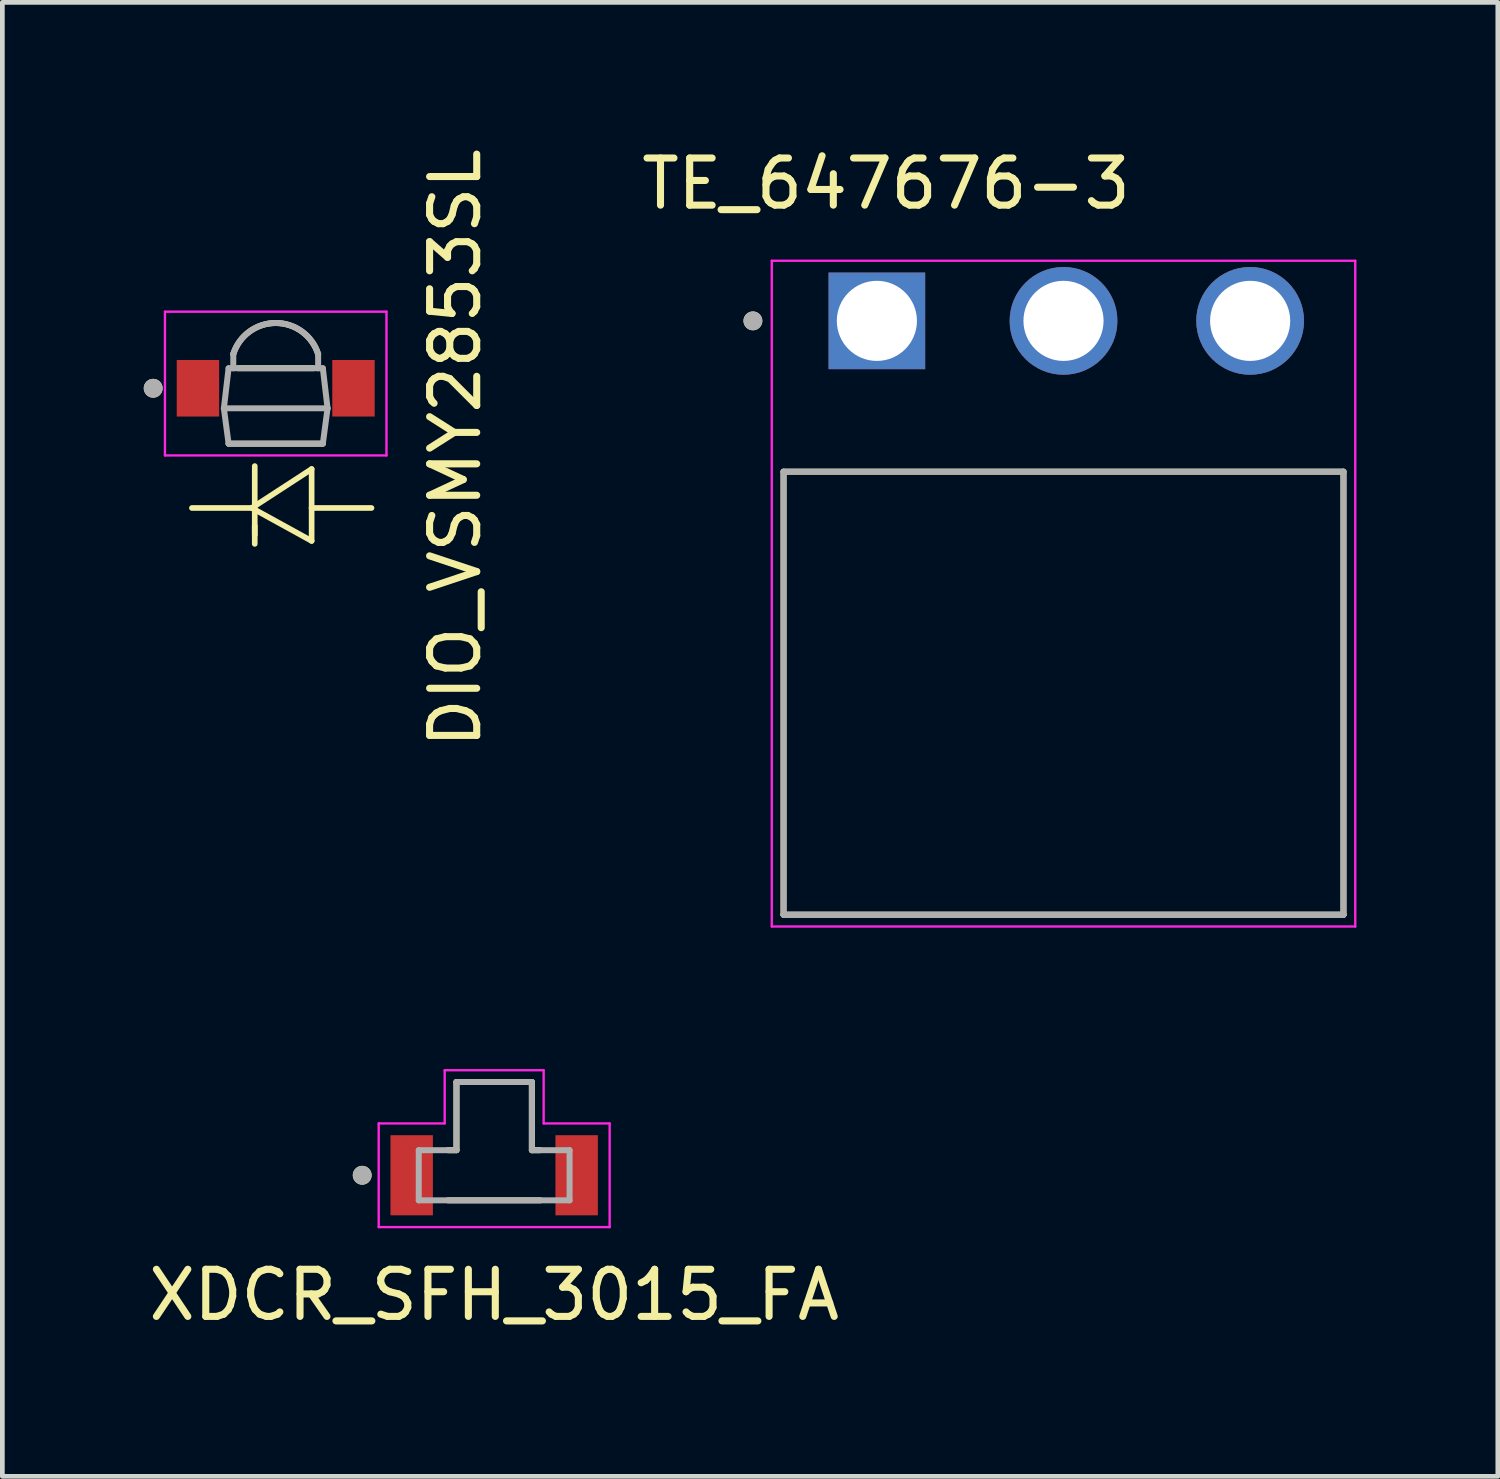
<source format=kicad_pcb>
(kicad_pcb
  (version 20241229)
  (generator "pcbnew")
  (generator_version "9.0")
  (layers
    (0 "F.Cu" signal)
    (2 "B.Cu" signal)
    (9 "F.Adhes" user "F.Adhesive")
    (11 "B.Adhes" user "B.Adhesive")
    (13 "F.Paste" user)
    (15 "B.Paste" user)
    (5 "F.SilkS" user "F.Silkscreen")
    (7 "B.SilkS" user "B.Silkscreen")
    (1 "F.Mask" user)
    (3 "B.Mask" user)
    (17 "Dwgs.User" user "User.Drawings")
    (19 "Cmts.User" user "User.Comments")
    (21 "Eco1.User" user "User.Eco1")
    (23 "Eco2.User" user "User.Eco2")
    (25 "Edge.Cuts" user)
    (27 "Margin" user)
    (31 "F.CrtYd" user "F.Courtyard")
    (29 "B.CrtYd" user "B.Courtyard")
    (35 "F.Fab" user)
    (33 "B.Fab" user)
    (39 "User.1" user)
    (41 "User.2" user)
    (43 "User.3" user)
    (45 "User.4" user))
  (footprint "XDCR_SFH_3015_FA"
    (layer "F.Cu")
    (at 7.435 21.886)
    (property "Reference" "XDCR_SFH_3015_FA" (at 0 2.54 0) (layer "F.SilkS") (effects (font (size 1 1) (thickness 0.15))))
    (attr through_hole)
    (fp_poly (pts (xy -2.1 -0.75) (xy -1.1 -0.75) (xy -1.1 0.75) (xy -2.1 0.75)) (stroke (width 0.01) (type solid)) (fill yes) (layer "F.Mask"))
    (fp_poly (pts (xy 2.1 0.75) (xy 1.1 0.75) (xy 1.1 -0.75) (xy 2.1 -0.75)) (stroke (width 0.01) (type solid)) (fill yes) (layer "F.Mask"))
    (fp_line (start -0.98 0.532) (end 0.98 0.532) (stroke (width 0.127) (type solid)) (layer "F.SilkS"))
    (fp_line (start -0.8 -1.978) (end 0.8 -1.978) (stroke (width 0.127) (type solid)) (layer "F.SilkS"))
    (fp_line (start -0.8 -0.532) (end -0.98 -0.532) (stroke (width 0.127) (type solid)) (layer "F.SilkS"))
    (fp_line (start -0.8 -0.532) (end -0.8 -1.978) (stroke (width 0.127) (type solid)) (layer "F.SilkS"))
    (fp_line (start 0.8 -1.978) (end 0.8 -0.532) (stroke (width 0.127) (type solid)) (layer "F.SilkS"))
    (fp_line (start 0.8 -0.532) (end 0.98 -0.532) (stroke (width 0.127) (type solid)) (layer "F.SilkS"))
    (fp_circle (center -2.8 0) (end -2.7 0) (stroke (width 0.2) (type solid)) (fill no) (layer "F.SilkS"))
    (fp_poly (pts (xy -2.05 -0.7) (xy -1.3 -0.7) (xy -1.3 -0.5) (xy -1.5 -0.5) (xy -1.5 0.5) (xy -1.3 0.5) (xy -1.3 0.7) (xy -2.05 0.7)) (stroke (width 0.01) (type solid)) (fill yes) (layer "F.Paste"))
    (fp_poly (pts (xy 2.05 0.7) (xy 1.3 0.7) (xy 1.3 0.5) (xy 1.5 0.5) (xy 1.5 -0.5) (xy 1.3 -0.5) (xy 1.3 -0.7) (xy 2.05 -0.7)) (stroke (width 0.01) (type solid)) (fill yes) (layer "F.Paste"))
    (fp_line (start -2.45 -1.1) (end -1.05 -1.1) (stroke (width 0.05) (type solid)) (layer "F.CrtYd"))
    (fp_line (start -2.45 1.1) (end -2.45 -1.1) (stroke (width 0.05) (type solid)) (layer "F.CrtYd"))
    (fp_line (start -1.05 -2.228) (end 1.05 -2.228) (stroke (width 0.05) (type solid)) (layer "F.CrtYd"))
    (fp_line (start -1.05 -1.1) (end -1.05 -2.228) (stroke (width 0.05) (type solid)) (layer "F.CrtYd"))
    (fp_line (start 1.05 -2.228) (end 1.05 -1.1) (stroke (width 0.05) (type solid)) (layer "F.CrtYd"))
    (fp_line (start 1.05 -1.1) (end 2.45 -1.1) (stroke (width 0.05) (type solid)) (layer "F.CrtYd"))
    (fp_line (start 2.45 -1.1) (end 2.45 1.1) (stroke (width 0.05) (type solid)) (layer "F.CrtYd"))
    (fp_line (start 2.45 1.1) (end -2.45 1.1) (stroke (width 0.05) (type solid)) (layer "F.CrtYd"))
    (fp_line (start -1.6 -0.532) (end -0.8 -0.532) (stroke (width 0.127) (type solid)) (layer "F.Fab"))
    (fp_line (start -1.6 0.532) (end -1.6 -0.532) (stroke (width 0.127) (type solid)) (layer "F.Fab"))
    (fp_line (start -0.8 -1.978) (end 0.8 -1.978) (stroke (width 0.127) (type solid)) (layer "F.Fab"))
    (fp_line (start -0.8 -0.532) (end -0.8 -1.978) (stroke (width 0.127) (type solid)) (layer "F.Fab"))
    (fp_line (start 0.8 -1.978) (end 0.8 -0.532) (stroke (width 0.127) (type solid)) (layer "F.Fab"))
    (fp_line (start 0.8 -0.532) (end 1.6 -0.532) (stroke (width 0.127) (type solid)) (layer "F.Fab"))
    (fp_line (start 1.6 -0.532) (end 1.6 0.532) (stroke (width 0.127) (type solid)) (layer "F.Fab"))
    (fp_line (start 1.6 0.532) (end -1.6 0.532) (stroke (width 0.127) (type solid)) (layer "F.Fab"))
    (fp_circle (center -2.8 0) (end -2.7 0) (stroke (width 0.2) (type solid)) (fill no) (layer "F.Fab"))
    (pad "1" smd rect (at -1.75 0) (size 0.9 1.7) (layers "F.Cu"))
    (pad "2" smd rect (at 1.75 0) (size 0.9 1.7) (layers "F.Cu")))
  (footprint "TE_647676-3"
    (layer "F.Cu")
    (at 15.555 3.758)
    (property "Reference" "TE_647676-3" (at 0.195 -2.91 0) (layer "F.SilkS") (effects (font (size 1 1) (thickness 0.15))))
    (attr through_hole)
    (fp_line (start -1.98 12.6) (end -1.98 3.2) (stroke (width 0.127) (type solid)) (layer "F.SilkS"))
    (fp_line (start 9.9 3.2) (end -1.98 3.2) (stroke (width 0.127) (type solid)) (layer "F.SilkS"))
    (fp_line (start 9.9 3.2) (end 9.9 12.6) (stroke (width 0.127) (type solid)) (layer "F.SilkS"))
    (fp_line (start 9.9 12.6) (end -1.98 12.6) (stroke (width 0.127) (type solid)) (layer "F.SilkS"))
    (fp_circle (center -2.63 0) (end -2.53 0) (stroke (width 0.2) (type solid)) (fill no) (layer "F.SilkS"))
    (fp_line (start -2.23 -1.275) (end 10.15 -1.275) (stroke (width 0.05) (type solid)) (layer "F.CrtYd"))
    (fp_line (start -2.23 12.85) (end -2.23 -1.275) (stroke (width 0.05) (type solid)) (layer "F.CrtYd"))
    (fp_line (start 10.15 -1.275) (end 10.15 12.85) (stroke (width 0.05) (type solid)) (layer "F.CrtYd"))
    (fp_line (start 10.15 12.85) (end -2.23 12.85) (stroke (width 0.05) (type solid)) (layer "F.CrtYd"))
    (fp_line (start -1.98 3.2) (end 9.9 3.2) (stroke (width 0.127) (type solid)) (layer "F.Fab"))
    (fp_line (start -1.98 12.6) (end -1.98 3.2) (stroke (width 0.127) (type solid)) (layer "F.Fab"))
    (fp_line (start -1.98 12.6) (end -1.98 12.6) (stroke (width 0.127) (type solid)) (layer "F.Fab"))
    (fp_line (start -1.98 12.6) (end 9.9 12.6) (stroke (width 0.127) (type solid)) (layer "F.Fab"))
    (fp_line (start 9.9 3.2) (end 9.9 12.6) (stroke (width 0.127) (type solid)) (layer "F.Fab"))
    (fp_line (start 9.9 12.6) (end -1.98 12.6) (stroke (width 0.127) (type solid)) (layer "F.Fab"))
    (fp_line (start 9.9 12.6) (end 9.9 12.6) (stroke (width 0.127) (type solid)) (layer "F.Fab"))
    (fp_circle (center -2.63 0) (end -2.53 0) (stroke (width 0.2) (type solid)) (fill no) (layer "F.Fab"))
    (pad "1" thru_hole rect (at 0 0) (size 2.05 2.05) (drill 1.7) (layers "*.Cu" "*.Mask"))
    (pad "2" thru_hole circle (at 3.96 0) (size 2.286 2.286) (drill 1.7) (layers "*.Cu" "*.Mask"))
    (pad "3" thru_hole circle (at 7.92 0) (size 2.286 2.286) (drill 1.7) (layers "*.Cu" "*.Mask")))
  (footprint "DIO_VSMY2853SL"
    (layer "F.Cu")
    (at 2.8 5.188)
    (property "Reference" "DIO_VSMY2853SL" (at 3.81 1.27 90) (layer "F.SilkS") (effects (font (size 1 1) (thickness 0.15))))
    (attr through_hole)
    (fp_line (start -0.508 2.54) (end -1.778 2.54) (stroke (width 0.12) (type solid)) (layer "F.SilkS"))
    (fp_line (start -0.445 1.651) (end -0.445 3.111) (stroke (width 0.12) (type solid)) (layer "F.SilkS"))
    (fp_line (start -0.445 2.921) (end -0.445 3.302) (stroke (width 0.12) (type solid)) (layer "F.SilkS"))
    (fp_line (start 0.762 1.714) (end -0.508 2.54) (stroke (width 0.12) (type solid)) (layer "F.SilkS"))
    (fp_line (start 0.762 2.54) (end 0.762 1.714) (stroke (width 0.12) (type solid)) (layer "F.SilkS"))
    (fp_line (start 0.762 2.54) (end 0.762 3.239) (stroke (width 0.12) (type solid)) (layer "F.SilkS"))
    (fp_line (start 0.762 3.239) (end -0.508 2.54) (stroke (width 0.12) (type solid)) (layer "F.SilkS"))
    (fp_line (start 0.8 -0.425) (end -0.8 -0.425) (stroke (width 0.127) (type solid)) (layer "F.SilkS"))
    (fp_line (start 1 1.175) (end -1 1.175) (stroke (width 0.127) (type solid)) (layer "F.SilkS"))
    (fp_line (start 2.032 2.54) (end 0.762 2.54) (stroke (width 0.12) (type solid)) (layer "F.SilkS"))
    (fp_arc (start -0.9 -0.725) (mid 0 -1.384907) (end 0.9 -0.725) (stroke (width 0.127) (type solid)) (layer "F.SilkS"))
    (fp_circle (center -2.6 0) (end -2.5 0) (stroke (width 0.2) (type solid)) (fill no) (layer "F.SilkS"))
    (fp_line (start -2.35 1.425) (end -2.35 -1.625) (stroke (width 0.05) (type solid)) (layer "F.CrtYd"))
    (fp_line (start 2.35 -1.625) (end -2.35 -1.625) (stroke (width 0.05) (type solid)) (layer "F.CrtYd"))
    (fp_line (start 2.35 -1.625) (end 2.35 1.425) (stroke (width 0.05) (type solid)) (layer "F.CrtYd"))
    (fp_line (start 2.35 1.425) (end -2.35 1.425) (stroke (width 0.05) (type solid)) (layer "F.CrtYd"))
    (fp_line (start -1.1 0.425) (end -1 -0.425) (stroke (width 0.127) (type solid)) (layer "F.Fab"))
    (fp_line (start -1 1.175) (end -1.1 0.425) (stroke (width 0.127) (type solid)) (layer "F.Fab"))
    (fp_line (start -0.9 -0.725) (end -0.9 -0.425) (stroke (width 0.127) (type solid)) (layer "F.Fab"))
    (fp_line (start -0.9 -0.425) (end -1 -0.425) (stroke (width 0.127) (type solid)) (layer "F.Fab"))
    (fp_line (start 0.9 -0.425) (end -0.9 -0.425) (stroke (width 0.127) (type solid)) (layer "F.Fab"))
    (fp_line (start 0.9 -0.425) (end 0.9 -0.725) (stroke (width 0.127) (type solid)) (layer "F.Fab"))
    (fp_line (start 1 -0.425) (end 0.9 -0.425) (stroke (width 0.127) (type solid)) (layer "F.Fab"))
    (fp_line (start 1 1.175) (end -1 1.175) (stroke (width 0.127) (type solid)) (layer "F.Fab"))
    (fp_line (start 1 1.175) (end 1.1 0.425) (stroke (width 0.127) (type solid)) (layer "F.Fab"))
    (fp_line (start 1.1 0.425) (end -1.1 0.425) (stroke (width 0.127) (type solid)) (layer "F.Fab"))
    (fp_line (start 1.1 0.425) (end 1 -0.425) (stroke (width 0.127) (type solid)) (layer "F.Fab"))
    (fp_arc (start -0.9 -0.725) (mid 0 -1.384907) (end 0.9 -0.725) (stroke (width 0.127) (type solid)) (layer "F.Fab"))
    (fp_circle (center -2.6 0) (end -2.5 0) (stroke (width 0.2) (type solid)) (fill no) (layer "F.Fab"))
    (pad "1" smd rect (at 1.65 0) (size 0.9 1.2) (layers "F.Cu" "F.Mask" "F.Paste"))
    (pad "2" smd rect (at -1.65 0) (size 0.9 1.2) (layers "F.Cu" "F.Mask" "F.Paste")))
  (gr_rect
    (start -3 -3)
    (end 28.73 28.274)
    (stroke (width 0.1) (type default))
    (fill no)
    (layer "Edge.Cuts")))
</source>
